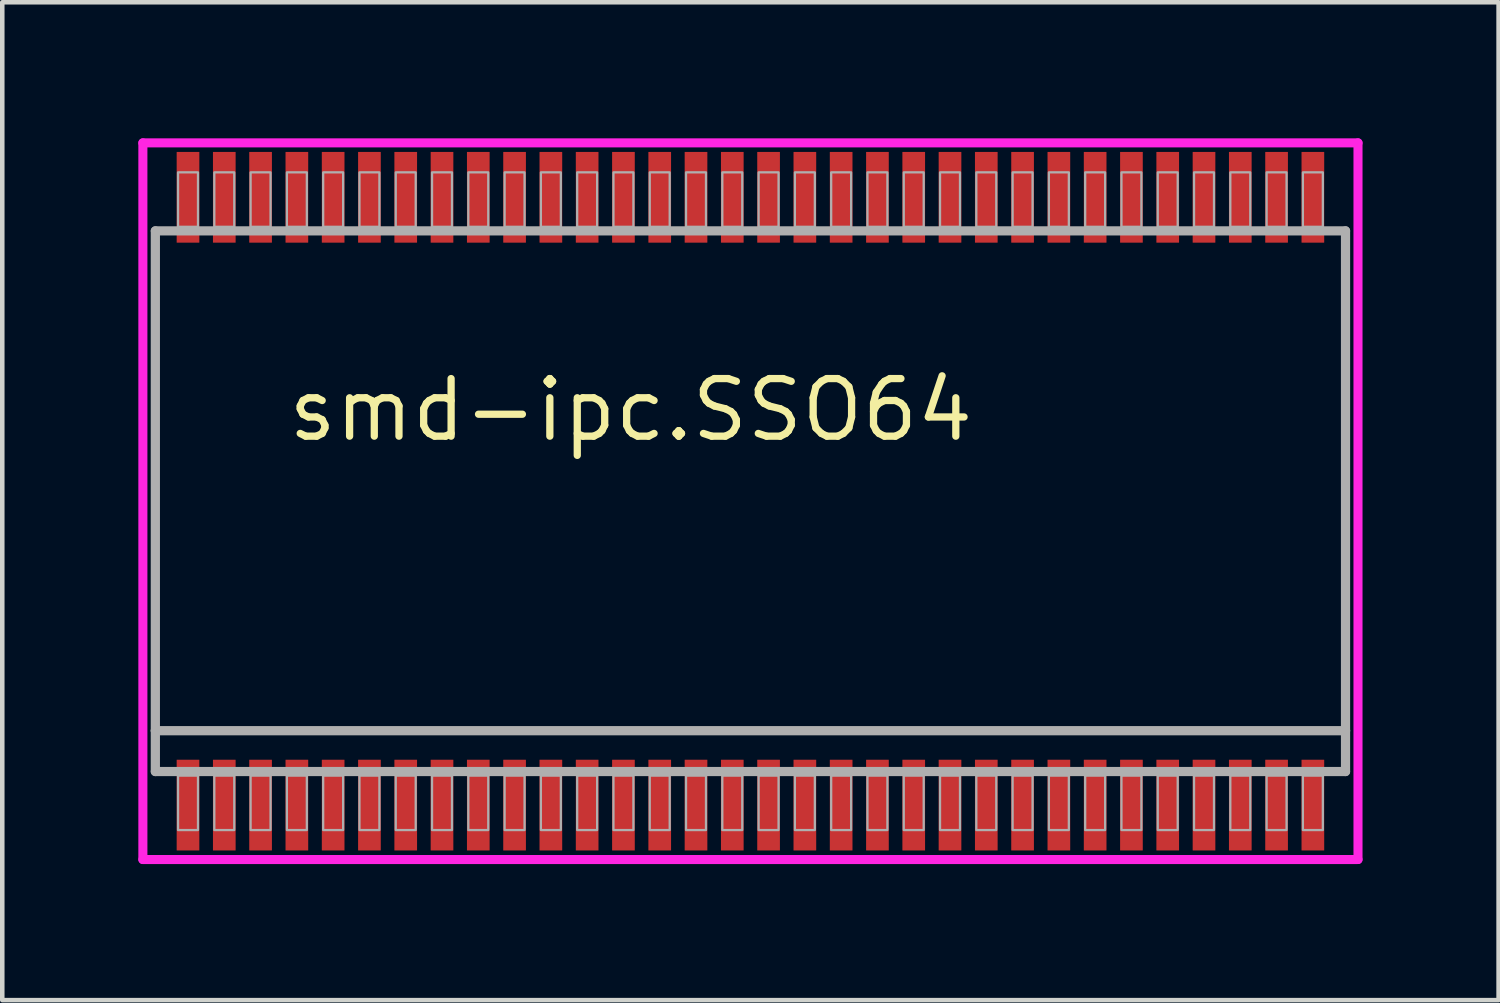
<source format=kicad_pcb>
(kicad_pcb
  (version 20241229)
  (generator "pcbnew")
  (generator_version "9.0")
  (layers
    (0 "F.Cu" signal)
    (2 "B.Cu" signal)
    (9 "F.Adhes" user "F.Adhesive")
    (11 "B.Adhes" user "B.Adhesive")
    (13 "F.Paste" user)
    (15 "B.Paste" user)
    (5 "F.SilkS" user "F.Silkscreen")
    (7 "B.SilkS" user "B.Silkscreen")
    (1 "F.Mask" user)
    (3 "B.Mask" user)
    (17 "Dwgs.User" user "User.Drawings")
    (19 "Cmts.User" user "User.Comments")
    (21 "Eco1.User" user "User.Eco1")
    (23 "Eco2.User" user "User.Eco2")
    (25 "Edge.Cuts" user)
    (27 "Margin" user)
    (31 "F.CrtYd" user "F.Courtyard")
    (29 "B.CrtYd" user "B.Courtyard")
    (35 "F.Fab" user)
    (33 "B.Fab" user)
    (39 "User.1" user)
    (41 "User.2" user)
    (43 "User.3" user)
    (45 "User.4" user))
  (footprint "smd-ipc.SSO64"
    (layer "F.Cu")
    (at 13.495 8)
    (property "Reference" "smd-ipc.SSO64" (at -10.273 -1.27 0) (layer "F.SilkS") (effects (font (size 1.27 1.27) (thickness 0.16)) (justify left bottom)))
    (attr smd)
    (fp_line (start -13.395 -7.9) (end 13.395 -7.9) (stroke (width 0.2) (type default)) (layer "F.CrtYd"))
    (fp_line (start -13.395 7.9) (end -13.395 -7.9) (stroke (width 0.2) (type default)) (layer "F.CrtYd"))
    (fp_line (start 13.395 -7.9) (end 13.395 7.9) (stroke (width 0.2) (type default)) (layer "F.CrtYd"))
    (fp_line (start 13.395 7.9) (end -13.395 7.9) (stroke (width 0.2) (type default)) (layer "F.CrtYd"))
    (fp_line (start -13.12 -5.96) (end 13.12 -5.96) (stroke (width 0.203) (type default)) (layer "F.Fab"))
    (fp_line (start -13.12 5.06) (end -13.12 -5.96) (stroke (width 0.203) (type default)) (layer "F.Fab"))
    (fp_line (start -13.12 5.96) (end -13.12 5.06) (stroke (width 0.203) (type default)) (layer "F.Fab"))
    (fp_line (start 13.12 -5.96) (end 13.12 5.06) (stroke (width 0.203) (type default)) (layer "F.Fab"))
    (fp_line (start 13.12 5.06) (end -13.12 5.06) (stroke (width 0.203) (type default)) (layer "F.Fab"))
    (fp_line (start 13.12 5.06) (end 13.12 5.96) (stroke (width 0.203) (type default)) (layer "F.Fab"))
    (fp_line (start 13.12 5.96) (end -13.12 5.96) (stroke (width 0.203) (type default)) (layer "F.Fab"))
    (fp_rect (start -12.62 -6.05) (end -12.18 -7.25) (stroke (width 0.05) (type default)) (fill no) (layer "F.Fab"))
    (fp_rect (start -12.62 7.25) (end -12.18 6.05) (stroke (width 0.05) (type default)) (fill no) (layer "F.Fab"))
    (fp_rect (start -11.82 -6.05) (end -11.38 -7.25) (stroke (width 0.05) (type default)) (fill no) (layer "F.Fab"))
    (fp_rect (start -11.82 7.25) (end -11.38 6.05) (stroke (width 0.05) (type default)) (fill no) (layer "F.Fab"))
    (fp_rect (start -11.02 -6.05) (end -10.58 -7.25) (stroke (width 0.05) (type default)) (fill no) (layer "F.Fab"))
    (fp_rect (start -11.02 7.25) (end -10.58 6.05) (stroke (width 0.05) (type default)) (fill no) (layer "F.Fab"))
    (fp_rect (start -10.22 -6.05) (end -9.78 -7.25) (stroke (width 0.05) (type default)) (fill no) (layer "F.Fab"))
    (fp_rect (start -10.22 7.25) (end -9.78 6.05) (stroke (width 0.05) (type default)) (fill no) (layer "F.Fab"))
    (fp_rect (start -9.42 -6.05) (end -8.98 -7.25) (stroke (width 0.05) (type default)) (fill no) (layer "F.Fab"))
    (fp_rect (start -9.42 7.25) (end -8.98 6.05) (stroke (width 0.05) (type default)) (fill no) (layer "F.Fab"))
    (fp_rect (start -8.62 -6.05) (end -8.18 -7.25) (stroke (width 0.05) (type default)) (fill no) (layer "F.Fab"))
    (fp_rect (start -8.62 7.25) (end -8.18 6.05) (stroke (width 0.05) (type default)) (fill no) (layer "F.Fab"))
    (fp_rect (start -7.82 -6.05) (end -7.38 -7.25) (stroke (width 0.05) (type default)) (fill no) (layer "F.Fab"))
    (fp_rect (start -7.82 7.25) (end -7.38 6.05) (stroke (width 0.05) (type default)) (fill no) (layer "F.Fab"))
    (fp_rect (start -7.02 -6.05) (end -6.58 -7.25) (stroke (width 0.05) (type default)) (fill no) (layer "F.Fab"))
    (fp_rect (start -7.02 7.25) (end -6.58 6.05) (stroke (width 0.05) (type default)) (fill no) (layer "F.Fab"))
    (fp_rect (start -6.22 -6.05) (end -5.78 -7.25) (stroke (width 0.05) (type default)) (fill no) (layer "F.Fab"))
    (fp_rect (start -6.22 7.25) (end -5.78 6.05) (stroke (width 0.05) (type default)) (fill no) (layer "F.Fab"))
    (fp_rect (start -5.42 -6.05) (end -4.98 -7.25) (stroke (width 0.05) (type default)) (fill no) (layer "F.Fab"))
    (fp_rect (start -5.42 7.25) (end -4.98 6.05) (stroke (width 0.05) (type default)) (fill no) (layer "F.Fab"))
    (fp_rect (start -4.62 -6.05) (end -4.18 -7.25) (stroke (width 0.05) (type default)) (fill no) (layer "F.Fab"))
    (fp_rect (start -4.62 7.25) (end -4.18 6.05) (stroke (width 0.05) (type default)) (fill no) (layer "F.Fab"))
    (fp_rect (start -3.82 -6.05) (end -3.38 -7.25) (stroke (width 0.05) (type default)) (fill no) (layer "F.Fab"))
    (fp_rect (start -3.82 7.25) (end -3.38 6.05) (stroke (width 0.05) (type default)) (fill no) (layer "F.Fab"))
    (fp_rect (start -3.02 -6.05) (end -2.58 -7.25) (stroke (width 0.05) (type default)) (fill no) (layer "F.Fab"))
    (fp_rect (start -3.02 7.25) (end -2.58 6.05) (stroke (width 0.05) (type default)) (fill no) (layer "F.Fab"))
    (fp_rect (start -2.22 -6.05) (end -1.78 -7.25) (stroke (width 0.05) (type default)) (fill no) (layer "F.Fab"))
    (fp_rect (start -2.22 7.25) (end -1.78 6.05) (stroke (width 0.05) (type default)) (fill no) (layer "F.Fab"))
    (fp_rect (start -1.42 -6.05) (end -0.98 -7.25) (stroke (width 0.05) (type default)) (fill no) (layer "F.Fab"))
    (fp_rect (start -1.42 7.25) (end -0.98 6.05) (stroke (width 0.05) (type default)) (fill no) (layer "F.Fab"))
    (fp_rect (start -0.62 -6.05) (end -0.18 -7.25) (stroke (width 0.05) (type default)) (fill no) (layer "F.Fab"))
    (fp_rect (start -0.62 7.25) (end -0.18 6.05) (stroke (width 0.05) (type default)) (fill no) (layer "F.Fab"))
    (fp_rect (start 0.18 -6.05) (end 0.62 -7.25) (stroke (width 0.05) (type default)) (fill no) (layer "F.Fab"))
    (fp_rect (start 0.18 7.25) (end 0.62 6.05) (stroke (width 0.05) (type default)) (fill no) (layer "F.Fab"))
    (fp_rect (start 0.98 -6.05) (end 1.42 -7.25) (stroke (width 0.05) (type default)) (fill no) (layer "F.Fab"))
    (fp_rect (start 0.98 7.25) (end 1.42 6.05) (stroke (width 0.05) (type default)) (fill no) (layer "F.Fab"))
    (fp_rect (start 1.78 -6.05) (end 2.22 -7.25) (stroke (width 0.05) (type default)) (fill no) (layer "F.Fab"))
    (fp_rect (start 1.78 7.25) (end 2.22 6.05) (stroke (width 0.05) (type default)) (fill no) (layer "F.Fab"))
    (fp_rect (start 2.58 -6.05) (end 3.02 -7.25) (stroke (width 0.05) (type default)) (fill no) (layer "F.Fab"))
    (fp_rect (start 2.58 7.25) (end 3.02 6.05) (stroke (width 0.05) (type default)) (fill no) (layer "F.Fab"))
    (fp_rect (start 3.38 -6.05) (end 3.82 -7.25) (stroke (width 0.05) (type default)) (fill no) (layer "F.Fab"))
    (fp_rect (start 3.38 7.25) (end 3.82 6.05) (stroke (width 0.05) (type default)) (fill no) (layer "F.Fab"))
    (fp_rect (start 4.18 -6.05) (end 4.62 -7.25) (stroke (width 0.05) (type default)) (fill no) (layer "F.Fab"))
    (fp_rect (start 4.18 7.25) (end 4.62 6.05) (stroke (width 0.05) (type default)) (fill no) (layer "F.Fab"))
    (fp_rect (start 4.98 -6.05) (end 5.42 -7.25) (stroke (width 0.05) (type default)) (fill no) (layer "F.Fab"))
    (fp_rect (start 4.98 7.25) (end 5.42 6.05) (stroke (width 0.05) (type default)) (fill no) (layer "F.Fab"))
    (fp_rect (start 5.78 -6.05) (end 6.22 -7.25) (stroke (width 0.05) (type default)) (fill no) (layer "F.Fab"))
    (fp_rect (start 5.78 7.25) (end 6.22 6.05) (stroke (width 0.05) (type default)) (fill no) (layer "F.Fab"))
    (fp_rect (start 6.58 -6.05) (end 7.02 -7.25) (stroke (width 0.05) (type default)) (fill no) (layer "F.Fab"))
    (fp_rect (start 6.58 7.25) (end 7.02 6.05) (stroke (width 0.05) (type default)) (fill no) (layer "F.Fab"))
    (fp_rect (start 7.38 -6.05) (end 7.82 -7.25) (stroke (width 0.05) (type default)) (fill no) (layer "F.Fab"))
    (fp_rect (start 7.38 7.25) (end 7.82 6.05) (stroke (width 0.05) (type default)) (fill no) (layer "F.Fab"))
    (fp_rect (start 8.18 -6.05) (end 8.62 -7.25) (stroke (width 0.05) (type default)) (fill no) (layer "F.Fab"))
    (fp_rect (start 8.18 7.25) (end 8.62 6.05) (stroke (width 0.05) (type default)) (fill no) (layer "F.Fab"))
    (fp_rect (start 8.98 -6.05) (end 9.42 -7.25) (stroke (width 0.05) (type default)) (fill no) (layer "F.Fab"))
    (fp_rect (start 8.98 7.25) (end 9.42 6.05) (stroke (width 0.05) (type default)) (fill no) (layer "F.Fab"))
    (fp_rect (start 9.78 -6.05) (end 10.22 -7.25) (stroke (width 0.05) (type default)) (fill no) (layer "F.Fab"))
    (fp_rect (start 9.78 7.25) (end 10.22 6.05) (stroke (width 0.05) (type default)) (fill no) (layer "F.Fab"))
    (fp_rect (start 10.58 -6.05) (end 11.02 -7.25) (stroke (width 0.05) (type default)) (fill no) (layer "F.Fab"))
    (fp_rect (start 10.58 7.25) (end 11.02 6.05) (stroke (width 0.05) (type default)) (fill no) (layer "F.Fab"))
    (fp_rect (start 11.38 -6.05) (end 11.82 -7.25) (stroke (width 0.05) (type default)) (fill no) (layer "F.Fab"))
    (fp_rect (start 11.38 7.25) (end 11.82 6.05) (stroke (width 0.05) (type default)) (fill no) (layer "F.Fab"))
    (fp_rect (start 12.18 -6.05) (end 12.62 -7.25) (stroke (width 0.05) (type default)) (fill no) (layer "F.Fab"))
    (fp_rect (start 12.18 7.25) (end 12.62 6.05) (stroke (width 0.05) (type default)) (fill no) (layer "F.Fab"))
    (pad "1" smd roundrect (at -12.4 6.7) (size 0.5 2) (layers "F.Cu" "F.Mask" "F.Paste") (roundrect_rratio 0.01))
    (pad "2" smd roundrect (at -11.6 6.7) (size 0.5 2) (layers "F.Cu" "F.Mask" "F.Paste") (roundrect_rratio 0.01))
    (pad "3" smd roundrect (at -10.8 6.7) (size 0.5 2) (layers "F.Cu" "F.Mask" "F.Paste") (roundrect_rratio 0.01))
    (pad "4" smd roundrect (at -10 6.7) (size 0.5 2) (layers "F.Cu" "F.Mask" "F.Paste") (roundrect_rratio 0.01))
    (pad "5" smd roundrect (at -9.2 6.7) (size 0.5 2) (layers "F.Cu" "F.Mask" "F.Paste") (roundrect_rratio 0.01))
    (pad "6" smd roundrect (at -8.4 6.7) (size 0.5 2) (layers "F.Cu" "F.Mask" "F.Paste") (roundrect_rratio 0.01))
    (pad "7" smd roundrect (at -7.6 6.7) (size 0.5 2) (layers "F.Cu" "F.Mask" "F.Paste") (roundrect_rratio 0.01))
    (pad "8" smd roundrect (at -6.8 6.7) (size 0.5 2) (layers "F.Cu" "F.Mask" "F.Paste") (roundrect_rratio 0.01))
    (pad "9" smd roundrect (at -6 6.7) (size 0.5 2) (layers "F.Cu" "F.Mask" "F.Paste") (roundrect_rratio 0.01))
    (pad "10" smd roundrect (at -5.2 6.7) (size 0.5 2) (layers "F.Cu" "F.Mask" "F.Paste") (roundrect_rratio 0.01))
    (pad "11" smd roundrect (at -4.4 6.7) (size 0.5 2) (layers "F.Cu" "F.Mask" "F.Paste") (roundrect_rratio 0.01))
    (pad "12" smd roundrect (at -3.6 6.7) (size 0.5 2) (layers "F.Cu" "F.Mask" "F.Paste") (roundrect_rratio 0.01))
    (pad "13" smd roundrect (at -2.8 6.7) (size 0.5 2) (layers "F.Cu" "F.Mask" "F.Paste") (roundrect_rratio 0.01))
    (pad "14" smd roundrect (at -2 6.7) (size 0.5 2) (layers "F.Cu" "F.Mask" "F.Paste") (roundrect_rratio 0.01))
    (pad "15" smd roundrect (at -1.2 6.7) (size 0.5 2) (layers "F.Cu" "F.Mask" "F.Paste") (roundrect_rratio 0.01))
    (pad "16" smd roundrect (at -0.4 6.7) (size 0.5 2) (layers "F.Cu" "F.Mask" "F.Paste") (roundrect_rratio 0.01))
    (pad "17" smd roundrect (at 0.4 6.7) (size 0.5 2) (layers "F.Cu" "F.Mask" "F.Paste") (roundrect_rratio 0.01))
    (pad "18" smd roundrect (at 1.2 6.7) (size 0.5 2) (layers "F.Cu" "F.Mask" "F.Paste") (roundrect_rratio 0.01))
    (pad "19" smd roundrect (at 2 6.7) (size 0.5 2) (layers "F.Cu" "F.Mask" "F.Paste") (roundrect_rratio 0.01))
    (pad "20" smd roundrect (at 2.8 6.7) (size 0.5 2) (layers "F.Cu" "F.Mask" "F.Paste") (roundrect_rratio 0.01))
    (pad "21" smd roundrect (at 3.6 6.7) (size 0.5 2) (layers "F.Cu" "F.Mask" "F.Paste") (roundrect_rratio 0.01))
    (pad "22" smd roundrect (at 4.4 6.7) (size 0.5 2) (layers "F.Cu" "F.Mask" "F.Paste") (roundrect_rratio 0.01))
    (pad "23" smd roundrect (at 5.2 6.7) (size 0.5 2) (layers "F.Cu" "F.Mask" "F.Paste") (roundrect_rratio 0.01))
    (pad "24" smd roundrect (at 6 6.7) (size 0.5 2) (layers "F.Cu" "F.Mask" "F.Paste") (roundrect_rratio 0.01))
    (pad "25" smd roundrect (at 6.8 6.7) (size 0.5 2) (layers "F.Cu" "F.Mask" "F.Paste") (roundrect_rratio 0.01))
    (pad "26" smd roundrect (at 7.6 6.7) (size 0.5 2) (layers "F.Cu" "F.Mask" "F.Paste") (roundrect_rratio 0.01))
    (pad "27" smd roundrect (at 8.4 6.7) (size 0.5 2) (layers "F.Cu" "F.Mask" "F.Paste") (roundrect_rratio 0.01))
    (pad "28" smd roundrect (at 9.2 6.7) (size 0.5 2) (layers "F.Cu" "F.Mask" "F.Paste") (roundrect_rratio 0.01))
    (pad "29" smd roundrect (at 10 6.7) (size 0.5 2) (layers "F.Cu" "F.Mask" "F.Paste") (roundrect_rratio 0.01))
    (pad "30" smd roundrect (at 10.8 6.7) (size 0.5 2) (layers "F.Cu" "F.Mask" "F.Paste") (roundrect_rratio 0.01))
    (pad "31" smd roundrect (at 11.6 6.7) (size 0.5 2) (layers "F.Cu" "F.Mask" "F.Paste") (roundrect_rratio 0.01))
    (pad "32" smd roundrect (at 12.4 6.7) (size 0.5 2) (layers "F.Cu" "F.Mask" "F.Paste") (roundrect_rratio 0.01))
    (pad "33" smd roundrect (at 12.4 -6.7) (size 0.5 2) (layers "F.Cu" "F.Mask" "F.Paste") (roundrect_rratio 0.01))
    (pad "34" smd roundrect (at 11.6 -6.7) (size 0.5 2) (layers "F.Cu" "F.Mask" "F.Paste") (roundrect_rratio 0.01))
    (pad "35" smd roundrect (at 10.8 -6.7) (size 0.5 2) (layers "F.Cu" "F.Mask" "F.Paste") (roundrect_rratio 0.01))
    (pad "36" smd roundrect (at 10 -6.7) (size 0.5 2) (layers "F.Cu" "F.Mask" "F.Paste") (roundrect_rratio 0.01))
    (pad "37" smd roundrect (at 9.2 -6.7) (size 0.5 2) (layers "F.Cu" "F.Mask" "F.Paste") (roundrect_rratio 0.01))
    (pad "38" smd roundrect (at 8.4 -6.7) (size 0.5 2) (layers "F.Cu" "F.Mask" "F.Paste") (roundrect_rratio 0.01))
    (pad "39" smd roundrect (at 7.6 -6.7) (size 0.5 2) (layers "F.Cu" "F.Mask" "F.Paste") (roundrect_rratio 0.01))
    (pad "40" smd roundrect (at 6.8 -6.7) (size 0.5 2) (layers "F.Cu" "F.Mask" "F.Paste") (roundrect_rratio 0.01))
    (pad "41" smd roundrect (at 6 -6.7) (size 0.5 2) (layers "F.Cu" "F.Mask" "F.Paste") (roundrect_rratio 0.01))
    (pad "42" smd roundrect (at 5.2 -6.7) (size 0.5 2) (layers "F.Cu" "F.Mask" "F.Paste") (roundrect_rratio 0.01))
    (pad "43" smd roundrect (at 4.4 -6.7) (size 0.5 2) (layers "F.Cu" "F.Mask" "F.Paste") (roundrect_rratio 0.01))
    (pad "44" smd roundrect (at 3.6 -6.7) (size 0.5 2) (layers "F.Cu" "F.Mask" "F.Paste") (roundrect_rratio 0.01))
    (pad "45" smd roundrect (at 2.8 -6.7) (size 0.5 2) (layers "F.Cu" "F.Mask" "F.Paste") (roundrect_rratio 0.01))
    (pad "46" smd roundrect (at 2 -6.7) (size 0.5 2) (layers "F.Cu" "F.Mask" "F.Paste") (roundrect_rratio 0.01))
    (pad "47" smd roundrect (at 1.2 -6.7) (size 0.5 2) (layers "F.Cu" "F.Mask" "F.Paste") (roundrect_rratio 0.01))
    (pad "48" smd roundrect (at 0.4 -6.7) (size 0.5 2) (layers "F.Cu" "F.Mask" "F.Paste") (roundrect_rratio 0.01))
    (pad "49" smd roundrect (at -0.4 -6.7) (size 0.5 2) (layers "F.Cu" "F.Mask" "F.Paste") (roundrect_rratio 0.01))
    (pad "50" smd roundrect (at -1.2 -6.7) (size 0.5 2) (layers "F.Cu" "F.Mask" "F.Paste") (roundrect_rratio 0.01))
    (pad "51" smd roundrect (at -2 -6.7) (size 0.5 2) (layers "F.Cu" "F.Mask" "F.Paste") (roundrect_rratio 0.01))
    (pad "52" smd roundrect (at -2.8 -6.7) (size 0.5 2) (layers "F.Cu" "F.Mask" "F.Paste") (roundrect_rratio 0.01))
    (pad "53" smd roundrect (at -3.6 -6.7) (size 0.5 2) (layers "F.Cu" "F.Mask" "F.Paste") (roundrect_rratio 0.01))
    (pad "54" smd roundrect (at -4.4 -6.7) (size 0.5 2) (layers "F.Cu" "F.Mask" "F.Paste") (roundrect_rratio 0.01))
    (pad "55" smd roundrect (at -5.2 -6.7) (size 0.5 2) (layers "F.Cu" "F.Mask" "F.Paste") (roundrect_rratio 0.01))
    (pad "56" smd roundrect (at -6 -6.7) (size 0.5 2) (layers "F.Cu" "F.Mask" "F.Paste") (roundrect_rratio 0.01))
    (pad "57" smd roundrect (at -6.8 -6.7) (size 0.5 2) (layers "F.Cu" "F.Mask" "F.Paste") (roundrect_rratio 0.01))
    (pad "58" smd roundrect (at -7.6 -6.7) (size 0.5 2) (layers "F.Cu" "F.Mask" "F.Paste") (roundrect_rratio 0.01))
    (pad "59" smd roundrect (at -8.4 -6.7) (size 0.5 2) (layers "F.Cu" "F.Mask" "F.Paste") (roundrect_rratio 0.01))
    (pad "60" smd roundrect (at -9.2 -6.7) (size 0.5 2) (layers "F.Cu" "F.Mask" "F.Paste") (roundrect_rratio 0.01))
    (pad "61" smd roundrect (at -10 -6.7) (size 0.5 2) (layers "F.Cu" "F.Mask" "F.Paste") (roundrect_rratio 0.01))
    (pad "62" smd roundrect (at -10.8 -6.7) (size 0.5 2) (layers "F.Cu" "F.Mask" "F.Paste") (roundrect_rratio 0.01))
    (pad "63" smd roundrect (at -11.6 -6.7) (size 0.5 2) (layers "F.Cu" "F.Mask" "F.Paste") (roundrect_rratio 0.01))
    (pad "64" smd roundrect (at -12.4 -6.7) (size 0.5 2) (layers "F.Cu" "F.Mask" "F.Paste") (roundrect_rratio 0.01)))
  (gr_rect
    (start -3 -3)
    (end 29.99 19)
    (stroke (width 0.1) (type default))
    (fill no)
    (layer "Edge.Cuts")))
</source>
